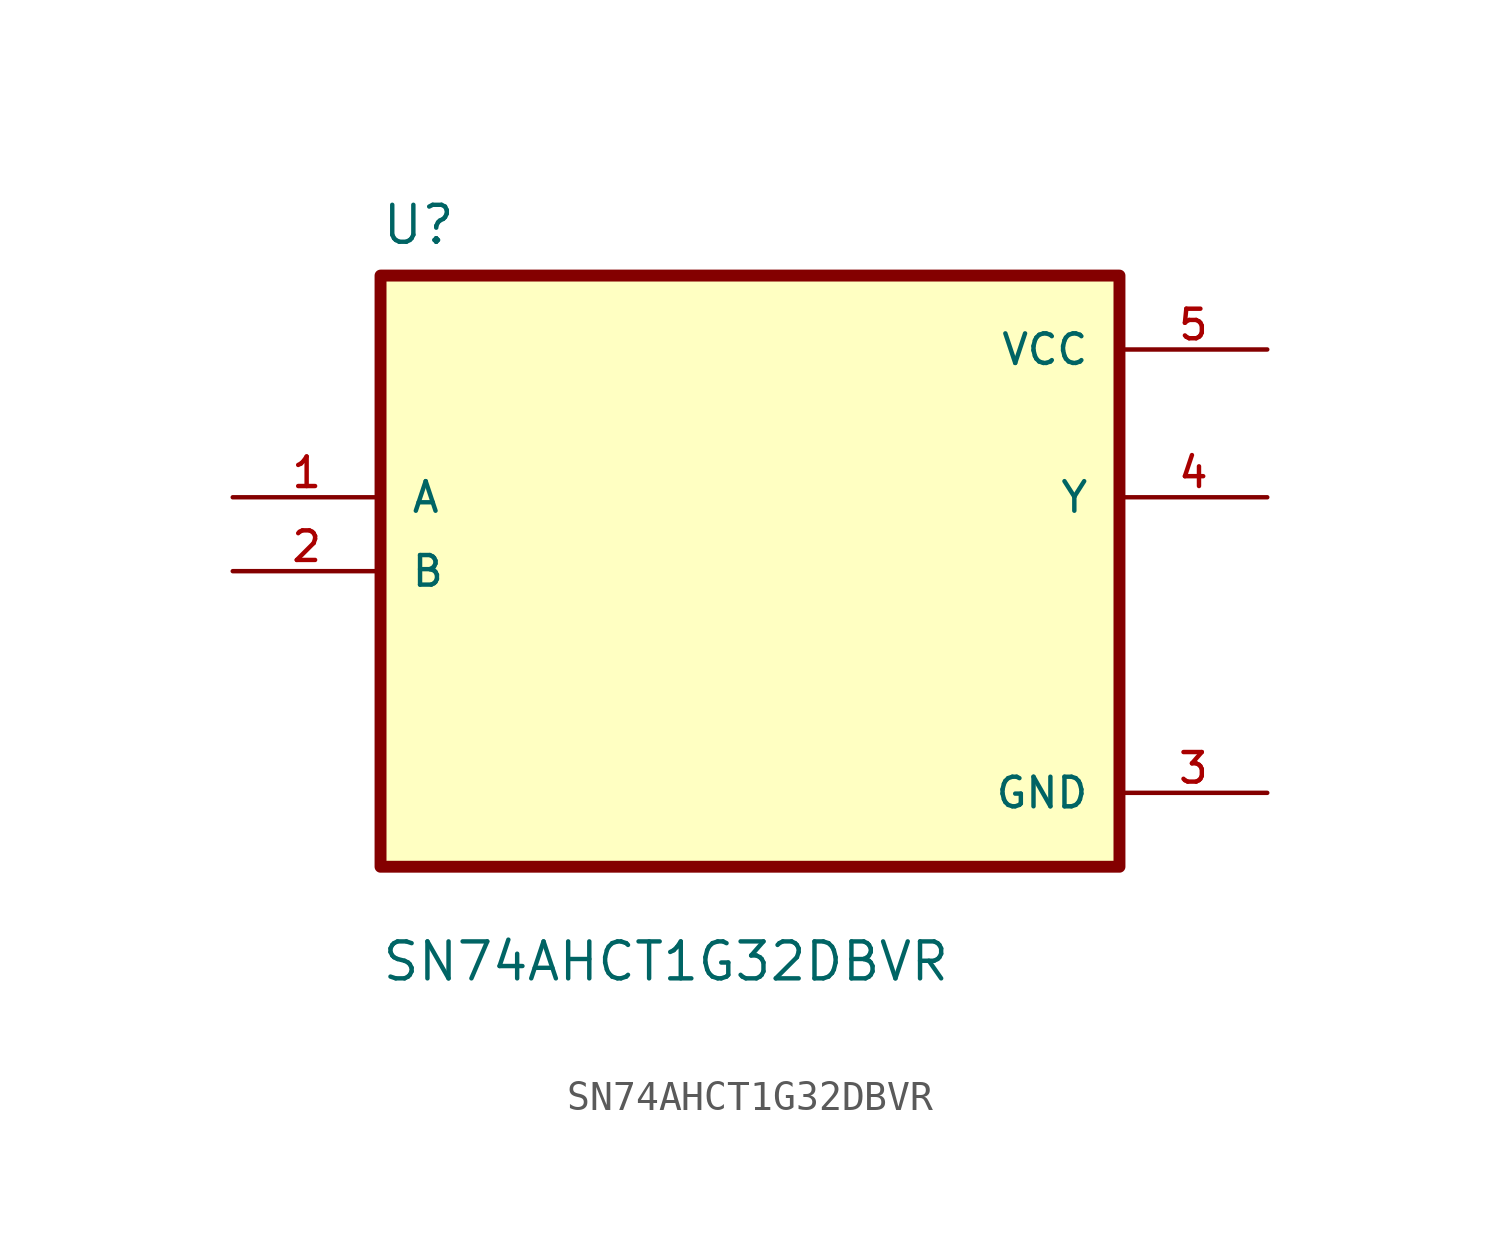
<source format=kicad_sym>
(kicad_symbol_lib
  (version 20211014)
  (generator kicad_symbol_editor)
  (symbol "SN74AHCT1G32DBVR"
    (pin_names
      (offset 1.016))
    (property "Reference" "U"
      (at -12.7 11.16 0.0)
      (effects (font (size 1.27 1.27)) (justify bottom left)))
    (property "Value" "SN74AHCT1G32DBVR"
      (at -12.7 -14.16 0.0)
      (effects (font (size 1.27 1.27)) (justify bottom left)))
    (symbol "SN74AHCT1G32DBVR_0_0"
      (rectangle (start -12.7 -10.16) (end 12.7 10.16) (stroke (width 0.41)) (fill (type background)))
      (pin input line (at -17.78 2.54 0) (length 5.08) (name "A" (effects (font (size 1.016 1.016)))) (number "1" (effects (font (size 1.016 1.016)))))
      (pin input line (at -17.78 0.0 0) (length 5.08) (name "B" (effects (font (size 1.016 1.016)))) (number "2" (effects (font (size 1.016 1.016)))))
      (pin power_in line (at 17.78 7.62 180.0) (length 5.08) (name "VCC" (effects (font (size 1.016 1.016)))) (number "5" (effects (font (size 1.016 1.016)))))
      (pin output line (at 17.78 2.54 180.0) (length 5.08) (name "Y" (effects (font (size 1.016 1.016)))) (number "4" (effects (font (size 1.016 1.016)))))
      (pin power_in line (at 17.78 -7.62 180.0) (length 5.08) (name "GND" (effects (font (size 1.016 1.016)))) (number "3" (effects (font (size 1.016 1.016))))))))
</source>
